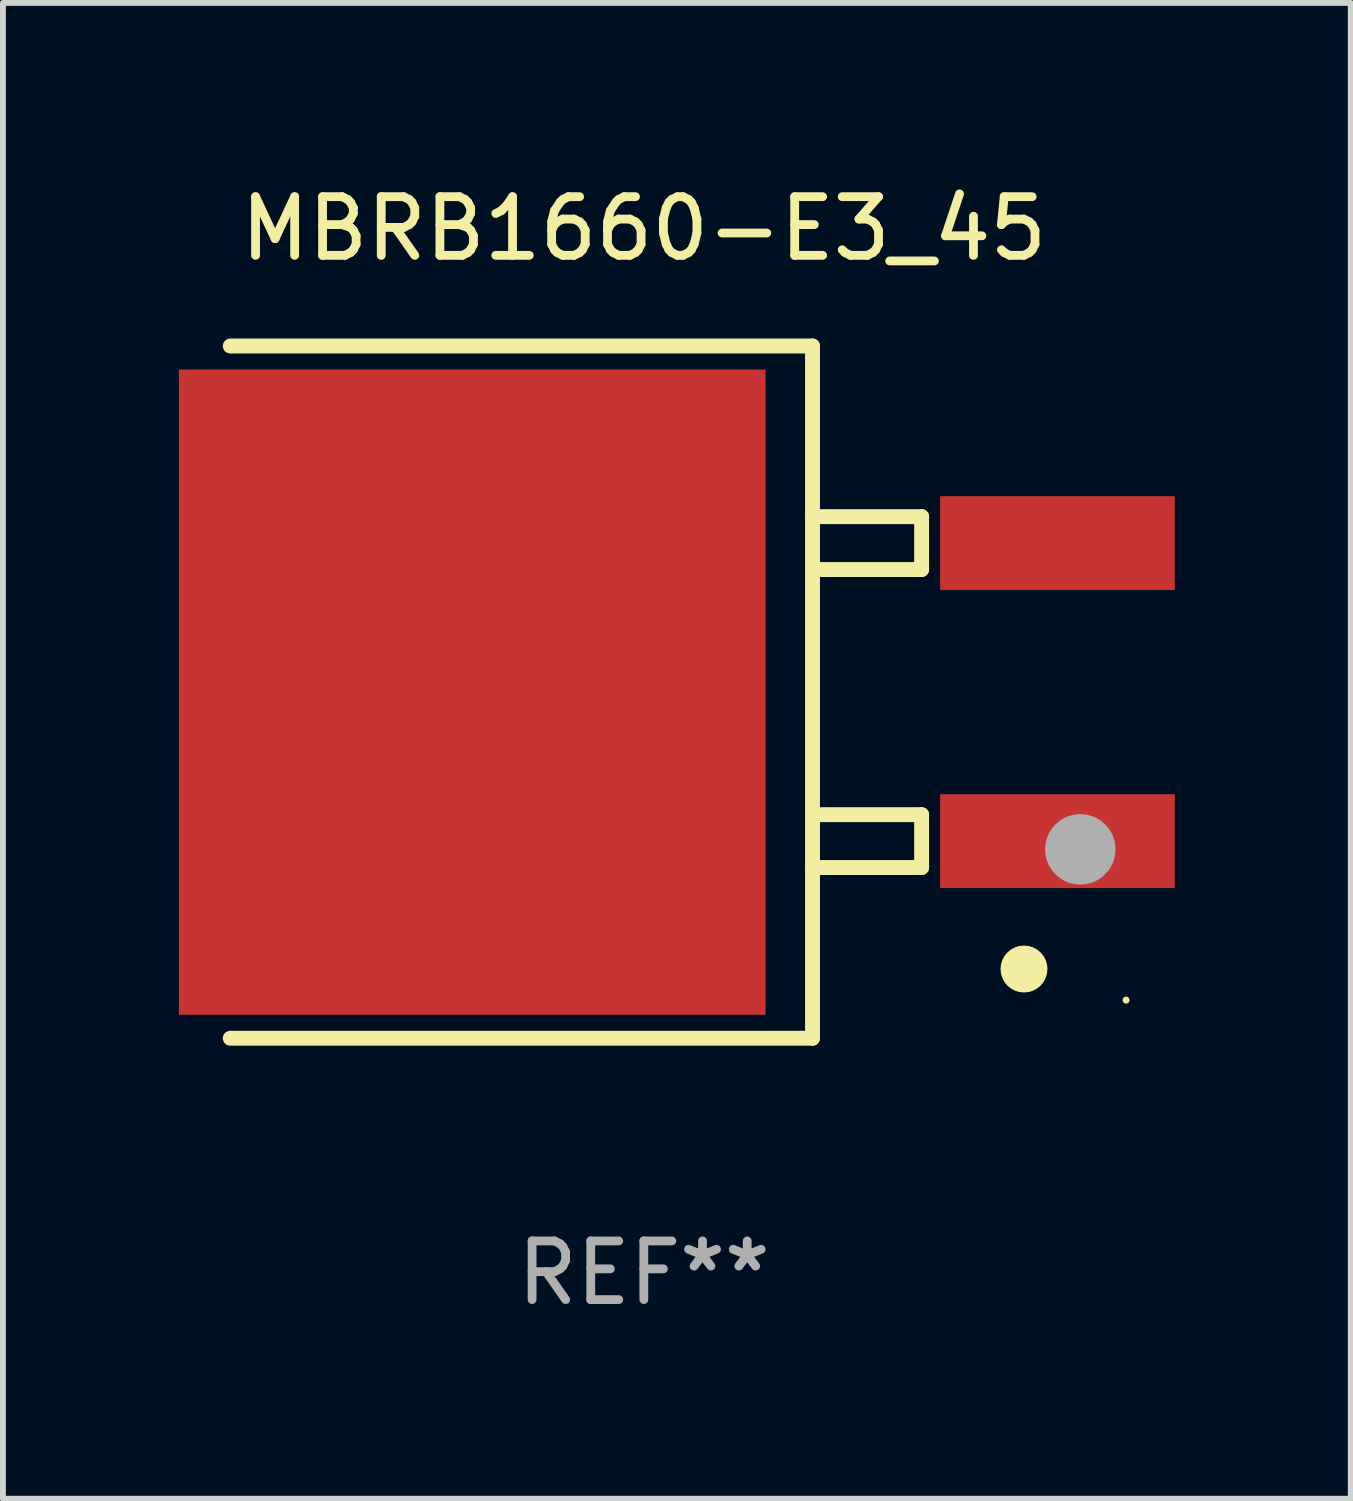
<source format=kicad_pcb>
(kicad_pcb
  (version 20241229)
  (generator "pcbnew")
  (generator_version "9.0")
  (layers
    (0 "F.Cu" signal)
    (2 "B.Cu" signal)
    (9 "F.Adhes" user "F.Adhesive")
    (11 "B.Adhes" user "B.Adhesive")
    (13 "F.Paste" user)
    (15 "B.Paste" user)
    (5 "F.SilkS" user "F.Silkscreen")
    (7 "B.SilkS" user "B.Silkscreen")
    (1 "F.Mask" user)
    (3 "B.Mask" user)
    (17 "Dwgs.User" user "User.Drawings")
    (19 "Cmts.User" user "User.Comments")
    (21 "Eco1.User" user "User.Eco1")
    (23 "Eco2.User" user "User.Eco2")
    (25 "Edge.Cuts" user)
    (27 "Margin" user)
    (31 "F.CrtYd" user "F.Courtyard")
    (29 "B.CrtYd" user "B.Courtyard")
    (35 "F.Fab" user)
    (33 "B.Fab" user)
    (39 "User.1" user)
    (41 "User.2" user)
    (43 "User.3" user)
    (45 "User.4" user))
  (footprint "MBRB1660-E3_45"
    (layer "F.Cu")
    (at 7.925 8.748)
    (property "Reference" "MBRB1660-E3_45" (at 0 -7.9 0) (layer "F.SilkS") (effects (font (size 1 1) (thickness 0.15))))
    (attr through_hole)
    (fp_line (start -7.05 5.9) (end 2.875 5.9) (stroke (width 0.254) (type solid)) (layer "F.SilkS"))
    (fp_line (start 2.875 -5.9) (end -7.05 -5.9) (stroke (width 0.254) (type solid)) (layer "F.SilkS"))
    (fp_line (start 2.875 -5.9) (end 2.875 5.9) (stroke (width 0.254) (type solid)) (layer "F.SilkS"))
    (fp_line (start 2.875 -2.991) (end 4.735 -2.991) (stroke (width 0.254) (type solid)) (layer "F.SilkS"))
    (fp_line (start 2.875 2.089) (end 4.735 2.089) (stroke (width 0.254) (type solid)) (layer "F.SilkS"))
    (fp_line (start 4.735 -2.991) (end 4.735 -2.09) (stroke (width 0.254) (type solid)) (layer "F.SilkS"))
    (fp_line (start 4.735 -2.09) (end 2.875 -2.09) (stroke (width 0.254) (type solid)) (layer "F.SilkS"))
    (fp_line (start 4.735 2.089) (end 4.735 2.99) (stroke (width 0.254) (type solid)) (layer "F.SilkS"))
    (fp_line (start 4.735 2.99) (end 2.875 2.99) (stroke (width 0.254) (type solid)) (layer "F.SilkS"))
    (fp_circle (center 6.48 4.72) (end 6.68 4.72) (stroke (width 0.4) (type solid)) (fill no) (layer "F.SilkS"))
    (fp_circle (center 8.22 5.25) (end 8.25 5.25) (stroke (width 0.06) (type solid)) (fill no) (layer "F.SilkS"))
    (fp_circle (center 7.44 2.68) (end 7.74 2.68) (stroke (width 0.6) (type solid)) (fill no) (layer "F.Fab"))
    (fp_text user "REF**" (at 0 9.9 0) (layer "F.Fab") (effects (font (size 1 1) (thickness 0.15))))
    (pad "1" smd rect (at 7.05 2.54) (size 4 1.6) (layers "F.Cu" "F.Mask" "F.Paste"))
    (pad "2" smd rect (at 7.05 -2.54) (size 4 1.6) (layers "F.Cu" "F.Mask" "F.Paste"))
    (pad "3" smd rect (at -2.925 0.000102) (size 10 11) (layers "F.Cu" "F.Mask" "F.Paste")))
  (gr_rect
    (start -3 -3)
    (end 19.975 22.497)
    (stroke (width 0.1) (type default))
    (fill no)
    (layer "Edge.Cuts")))
</source>
